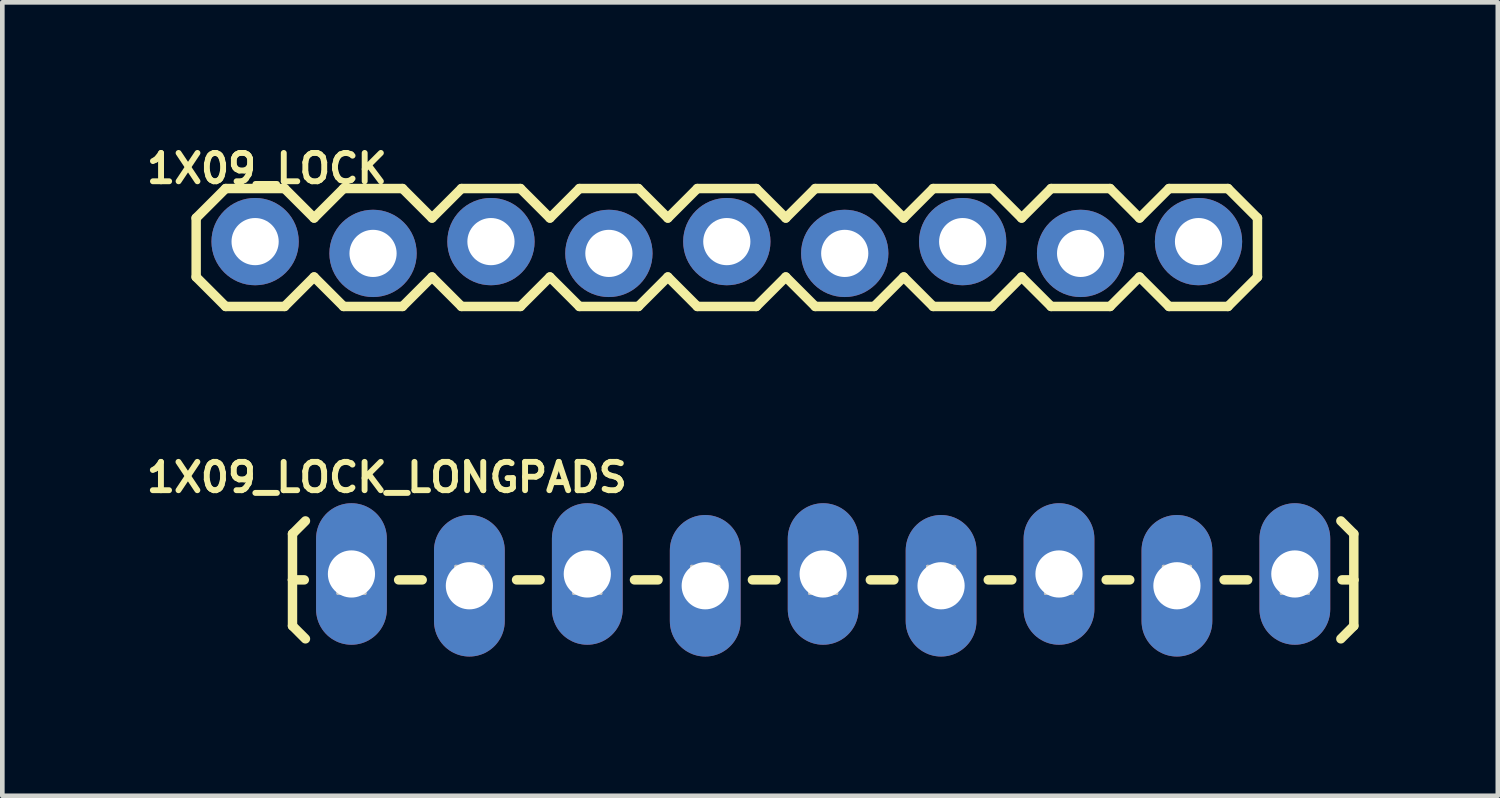
<source format=kicad_pcb>
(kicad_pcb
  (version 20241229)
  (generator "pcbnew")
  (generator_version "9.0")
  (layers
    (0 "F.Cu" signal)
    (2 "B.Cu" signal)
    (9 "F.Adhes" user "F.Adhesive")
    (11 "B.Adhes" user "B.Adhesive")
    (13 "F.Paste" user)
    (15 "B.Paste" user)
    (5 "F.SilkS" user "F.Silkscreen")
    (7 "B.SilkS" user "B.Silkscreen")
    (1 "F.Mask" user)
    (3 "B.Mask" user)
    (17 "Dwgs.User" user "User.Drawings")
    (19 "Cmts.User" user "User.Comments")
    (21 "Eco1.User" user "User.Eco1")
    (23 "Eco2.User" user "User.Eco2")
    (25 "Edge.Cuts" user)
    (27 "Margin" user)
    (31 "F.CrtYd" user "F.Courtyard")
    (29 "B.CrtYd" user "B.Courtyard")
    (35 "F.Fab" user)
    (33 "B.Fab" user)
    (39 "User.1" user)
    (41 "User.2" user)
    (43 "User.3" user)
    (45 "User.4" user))
  (footprint "1X09_LOCK_LONGPADS"
    (layer "F.Cu")
    (at 4.52 9.44)
    (property "Reference" "1X09_LOCK_LONGPADS" (at 0.762 -2.207 0) (layer "F.SilkS") (effects (font (size 0.61 0.61) (thickness 0.127))))
    (attr exclude_from_pos_files exclude_from_bom)
    (fp_line (start -1.27 -0.991) (end -0.991 -1.27) (stroke (width 0.203) (type solid)) (layer "F.SilkS"))
    (fp_line (start -1.27 0) (end -1.27 -0.991) (stroke (width 0.203) (type solid)) (layer "F.SilkS"))
    (fp_line (start -1.27 0) (end -1.27 0.991) (stroke (width 0.203) (type solid)) (layer "F.SilkS"))
    (fp_line (start -1.27 0) (end -1.016 0) (stroke (width 0.203) (type solid)) (layer "F.SilkS"))
    (fp_line (start -1.27 0.991) (end -0.991 1.27) (stroke (width 0.203) (type solid)) (layer "F.SilkS"))
    (fp_line (start 1.524 0) (end 1.016 0) (stroke (width 0.203) (type solid)) (layer "F.SilkS"))
    (fp_line (start 4.064 0) (end 3.556 0) (stroke (width 0.203) (type solid)) (layer "F.SilkS"))
    (fp_line (start 6.604 0) (end 6.096 0) (stroke (width 0.203) (type solid)) (layer "F.SilkS"))
    (fp_line (start 9.144 0) (end 8.636 0) (stroke (width 0.203) (type solid)) (layer "F.SilkS"))
    (fp_line (start 11.684 0) (end 11.176 0) (stroke (width 0.203) (type solid)) (layer "F.SilkS"))
    (fp_line (start 14.224 0) (end 13.716 0) (stroke (width 0.203) (type solid)) (layer "F.SilkS"))
    (fp_line (start 16.764 0) (end 16.256 0) (stroke (width 0.203) (type solid)) (layer "F.SilkS"))
    (fp_line (start 19.304 0) (end 18.796 0) (stroke (width 0.203) (type solid)) (layer "F.SilkS"))
    (fp_line (start 21.59 -0.991) (end 21.311 -1.27) (stroke (width 0.203) (type solid)) (layer "F.SilkS"))
    (fp_line (start 21.59 0) (end 21.336 0) (stroke (width 0.203) (type solid)) (layer "F.SilkS"))
    (fp_line (start 21.59 0) (end 21.59 -0.991) (stroke (width 0.203) (type solid)) (layer "F.SilkS"))
    (fp_line (start 21.59 0) (end 21.59 0.991) (stroke (width 0.203) (type solid)) (layer "F.SilkS"))
    (fp_line (start 21.59 0.991) (end 21.311 1.27) (stroke (width 0.203) (type solid)) (layer "F.SilkS"))
    (fp_line (start -0.292 -0.292) (end 0.292 -0.292) (stroke (width 0.066) (type solid)) (layer "Dwgs.User"))
    (fp_line (start -0.292 0.292) (end -0.292 -0.292) (stroke (width 0.066) (type solid)) (layer "Dwgs.User"))
    (fp_line (start -0.292 0.292) (end 0.292 0.292) (stroke (width 0.066) (type solid)) (layer "Dwgs.User"))
    (fp_line (start 0.292 0.292) (end 0.292 -0.292) (stroke (width 0.066) (type solid)) (layer "Dwgs.User"))
    (fp_line (start 2.248 -0.292) (end 2.832 -0.292) (stroke (width 0.066) (type solid)) (layer "Dwgs.User"))
    (fp_line (start 2.248 0.292) (end 2.248 -0.292) (stroke (width 0.066) (type solid)) (layer "Dwgs.User"))
    (fp_line (start 2.248 0.292) (end 2.832 0.292) (stroke (width 0.066) (type solid)) (layer "Dwgs.User"))
    (fp_line (start 2.832 0.292) (end 2.832 -0.292) (stroke (width 0.066) (type solid)) (layer "Dwgs.User"))
    (fp_line (start 4.788 -0.292) (end 5.372 -0.292) (stroke (width 0.066) (type solid)) (layer "Dwgs.User"))
    (fp_line (start 4.788 0.292) (end 4.788 -0.292) (stroke (width 0.066) (type solid)) (layer "Dwgs.User"))
    (fp_line (start 4.788 0.292) (end 5.372 0.292) (stroke (width 0.066) (type solid)) (layer "Dwgs.User"))
    (fp_line (start 5.372 0.292) (end 5.372 -0.292) (stroke (width 0.066) (type solid)) (layer "Dwgs.User"))
    (fp_line (start 7.328 -0.292) (end 7.912 -0.292) (stroke (width 0.066) (type solid)) (layer "Dwgs.User"))
    (fp_line (start 7.328 0.292) (end 7.328 -0.292) (stroke (width 0.066) (type solid)) (layer "Dwgs.User"))
    (fp_line (start 7.328 0.292) (end 7.912 0.292) (stroke (width 0.066) (type solid)) (layer "Dwgs.User"))
    (fp_line (start 7.912 0.292) (end 7.912 -0.292) (stroke (width 0.066) (type solid)) (layer "Dwgs.User"))
    (fp_line (start 9.868 -0.292) (end 10.452 -0.292) (stroke (width 0.066) (type solid)) (layer "Dwgs.User"))
    (fp_line (start 9.868 0.292) (end 9.868 -0.292) (stroke (width 0.066) (type solid)) (layer "Dwgs.User"))
    (fp_line (start 9.868 0.292) (end 10.452 0.292) (stroke (width 0.066) (type solid)) (layer "Dwgs.User"))
    (fp_line (start 10.452 0.292) (end 10.452 -0.292) (stroke (width 0.066) (type solid)) (layer "Dwgs.User"))
    (fp_line (start 12.408 -0.292) (end 12.992 -0.292) (stroke (width 0.066) (type solid)) (layer "Dwgs.User"))
    (fp_line (start 12.408 0.292) (end 12.408 -0.292) (stroke (width 0.066) (type solid)) (layer "Dwgs.User"))
    (fp_line (start 12.408 0.292) (end 12.992 0.292) (stroke (width 0.066) (type solid)) (layer "Dwgs.User"))
    (fp_line (start 12.992 0.292) (end 12.992 -0.292) (stroke (width 0.066) (type solid)) (layer "Dwgs.User"))
    (fp_line (start 14.948 -0.292) (end 15.532 -0.292) (stroke (width 0.066) (type solid)) (layer "Dwgs.User"))
    (fp_line (start 14.948 0.292) (end 14.948 -0.292) (stroke (width 0.066) (type solid)) (layer "Dwgs.User"))
    (fp_line (start 14.948 0.292) (end 15.532 0.292) (stroke (width 0.066) (type solid)) (layer "Dwgs.User"))
    (fp_line (start 15.532 0.292) (end 15.532 -0.292) (stroke (width 0.066) (type solid)) (layer "Dwgs.User"))
    (fp_line (start 17.488 -0.292) (end 18.072 -0.292) (stroke (width 0.066) (type solid)) (layer "Dwgs.User"))
    (fp_line (start 17.488 0.292) (end 17.488 -0.292) (stroke (width 0.066) (type solid)) (layer "Dwgs.User"))
    (fp_line (start 17.488 0.292) (end 18.072 0.292) (stroke (width 0.066) (type solid)) (layer "Dwgs.User"))
    (fp_line (start 18.072 0.292) (end 18.072 -0.292) (stroke (width 0.066) (type solid)) (layer "Dwgs.User"))
    (fp_line (start 20.028 -0.292) (end 20.612 -0.292) (stroke (width 0.066) (type solid)) (layer "Dwgs.User"))
    (fp_line (start 20.028 0.292) (end 20.028 -0.292) (stroke (width 0.066) (type solid)) (layer "Dwgs.User"))
    (fp_line (start 20.028 0.292) (end 20.612 0.292) (stroke (width 0.066) (type solid)) (layer "Dwgs.User"))
    (fp_line (start 20.612 0.292) (end 20.612 -0.292) (stroke (width 0.066) (type solid)) (layer "Dwgs.User"))
    (pad "1" thru_hole oval (at 0 -0.127 180) (size 1.524 3.048) (drill 1.016) (layers "*.Cu" "*.Paste" "*.Mask"))
    (pad "2" thru_hole oval (at 2.54 0.127 180) (size 1.524 3.048) (drill 1.016) (layers "*.Cu" "*.Paste" "*.Mask"))
    (pad "3" thru_hole oval (at 5.08 -0.127 180) (size 1.524 3.048) (drill 1.016) (layers "*.Cu" "*.Paste" "*.Mask"))
    (pad "4" thru_hole oval (at 7.62 0.127 180) (size 1.524 3.048) (drill 1.016) (layers "*.Cu" "*.Paste" "*.Mask"))
    (pad "5" thru_hole oval (at 10.16 -0.127 180) (size 1.524 3.048) (drill 1.016) (layers "*.Cu" "*.Paste" "*.Mask"))
    (pad "6" thru_hole oval (at 12.7 0.127 180) (size 1.524 3.048) (drill 1.016) (layers "*.Cu" "*.Paste" "*.Mask"))
    (pad "7" thru_hole oval (at 15.24 -0.127 180) (size 1.524 3.048) (drill 1.016) (layers "*.Cu" "*.Paste" "*.Mask"))
    (pad "8" thru_hole oval (at 17.78 0.127 180) (size 1.524 3.048) (drill 1.016) (layers "*.Cu" "*.Paste" "*.Mask"))
    (pad "9" thru_hole oval (at 20.32 -0.127 180) (size 1.524 3.048) (drill 1.016) (layers "*.Cu" "*.Paste" "*.Mask")))
  (footprint "1X09_LOCK"
    (layer "F.Cu")
    (at 2.445 2.281)
    (property "Reference" "1X09_LOCK" (at 0.254 -1.702 0) (layer "F.SilkS") (effects (font (size 0.61 0.61) (thickness 0.127))))
    (attr exclude_from_pos_files exclude_from_bom)
    (fp_line (start -1.27 -0.635) (end -1.27 0.635) (stroke (width 0.203) (type solid)) (layer "F.SilkS"))
    (fp_line (start -1.27 0.635) (end -0.635 1.27) (stroke (width 0.203) (type solid)) (layer "F.SilkS"))
    (fp_line (start -0.635 -1.27) (end -1.27 -0.635) (stroke (width 0.203) (type solid)) (layer "F.SilkS"))
    (fp_line (start -0.635 -1.27) (end 0.635 -1.27) (stroke (width 0.203) (type solid)) (layer "F.SilkS"))
    (fp_line (start 0.635 -1.27) (end 1.27 -0.635) (stroke (width 0.203) (type solid)) (layer "F.SilkS"))
    (fp_line (start 0.635 1.27) (end -0.635 1.27) (stroke (width 0.203) (type solid)) (layer "F.SilkS"))
    (fp_line (start 1.27 -0.635) (end 1.905 -1.27) (stroke (width 0.203) (type solid)) (layer "F.SilkS"))
    (fp_line (start 1.27 0.635) (end 0.635 1.27) (stroke (width 0.203) (type solid)) (layer "F.SilkS"))
    (fp_line (start 1.905 -1.27) (end 3.175 -1.27) (stroke (width 0.203) (type solid)) (layer "F.SilkS"))
    (fp_line (start 1.905 1.27) (end 1.27 0.635) (stroke (width 0.203) (type solid)) (layer "F.SilkS"))
    (fp_line (start 3.175 -1.27) (end 3.81 -0.635) (stroke (width 0.203) (type solid)) (layer "F.SilkS"))
    (fp_line (start 3.175 1.27) (end 1.905 1.27) (stroke (width 0.203) (type solid)) (layer "F.SilkS"))
    (fp_line (start 3.81 -0.635) (end 4.445 -1.27) (stroke (width 0.203) (type solid)) (layer "F.SilkS"))
    (fp_line (start 3.81 0.635) (end 3.175 1.27) (stroke (width 0.203) (type solid)) (layer "F.SilkS"))
    (fp_line (start 4.445 -1.27) (end 5.715 -1.27) (stroke (width 0.203) (type solid)) (layer "F.SilkS"))
    (fp_line (start 4.445 1.27) (end 3.81 0.635) (stroke (width 0.203) (type solid)) (layer "F.SilkS"))
    (fp_line (start 5.715 -1.27) (end 6.35 -0.635) (stroke (width 0.203) (type solid)) (layer "F.SilkS"))
    (fp_line (start 5.715 1.27) (end 4.445 1.27) (stroke (width 0.203) (type solid)) (layer "F.SilkS"))
    (fp_line (start 6.35 0.635) (end 5.715 1.27) (stroke (width 0.203) (type solid)) (layer "F.SilkS"))
    (fp_line (start 6.35 0.635) (end 6.985 1.27) (stroke (width 0.203) (type solid)) (layer "F.SilkS"))
    (fp_line (start 6.985 -1.27) (end 6.35 -0.635) (stroke (width 0.203) (type solid)) (layer "F.SilkS"))
    (fp_line (start 6.985 -1.27) (end 8.255 -1.27) (stroke (width 0.203) (type solid)) (layer "F.SilkS"))
    (fp_line (start 8.255 -1.27) (end 8.89 -0.635) (stroke (width 0.203) (type solid)) (layer "F.SilkS"))
    (fp_line (start 8.255 1.27) (end 6.985 1.27) (stroke (width 0.203) (type solid)) (layer "F.SilkS"))
    (fp_line (start 8.89 -0.635) (end 9.525 -1.27) (stroke (width 0.203) (type solid)) (layer "F.SilkS"))
    (fp_line (start 8.89 0.635) (end 8.255 1.27) (stroke (width 0.203) (type solid)) (layer "F.SilkS"))
    (fp_line (start 9.525 -1.27) (end 10.795 -1.27) (stroke (width 0.203) (type solid)) (layer "F.SilkS"))
    (fp_line (start 9.525 1.27) (end 8.89 0.635) (stroke (width 0.203) (type solid)) (layer "F.SilkS"))
    (fp_line (start 10.795 -1.27) (end 11.43 -0.635) (stroke (width 0.203) (type solid)) (layer "F.SilkS"))
    (fp_line (start 10.795 1.27) (end 9.525 1.27) (stroke (width 0.203) (type solid)) (layer "F.SilkS"))
    (fp_line (start 11.43 -0.635) (end 12.065 -1.27) (stroke (width 0.203) (type solid)) (layer "F.SilkS"))
    (fp_line (start 11.43 0.635) (end 10.795 1.27) (stroke (width 0.203) (type solid)) (layer "F.SilkS"))
    (fp_line (start 12.065 -1.27) (end 13.335 -1.27) (stroke (width 0.203) (type solid)) (layer "F.SilkS"))
    (fp_line (start 12.065 1.27) (end 11.43 0.635) (stroke (width 0.203) (type solid)) (layer "F.SilkS"))
    (fp_line (start 13.335 -1.27) (end 13.97 -0.635) (stroke (width 0.203) (type solid)) (layer "F.SilkS"))
    (fp_line (start 13.335 1.27) (end 12.065 1.27) (stroke (width 0.203) (type solid)) (layer "F.SilkS"))
    (fp_line (start 13.97 0.635) (end 13.335 1.27) (stroke (width 0.203) (type solid)) (layer "F.SilkS"))
    (fp_line (start 13.97 0.635) (end 14.605 1.27) (stroke (width 0.203) (type solid)) (layer "F.SilkS"))
    (fp_line (start 14.605 -1.27) (end 13.97 -0.635) (stroke (width 0.203) (type solid)) (layer "F.SilkS"))
    (fp_line (start 14.605 -1.27) (end 15.875 -1.27) (stroke (width 0.203) (type solid)) (layer "F.SilkS"))
    (fp_line (start 15.875 -1.27) (end 16.51 -0.635) (stroke (width 0.203) (type solid)) (layer "F.SilkS"))
    (fp_line (start 15.875 1.27) (end 14.605 1.27) (stroke (width 0.203) (type solid)) (layer "F.SilkS"))
    (fp_line (start 16.51 0.635) (end 15.875 1.27) (stroke (width 0.203) (type solid)) (layer "F.SilkS"))
    (fp_line (start 16.51 0.635) (end 17.145 1.27) (stroke (width 0.203) (type solid)) (layer "F.SilkS"))
    (fp_line (start 17.145 -1.27) (end 16.51 -0.635) (stroke (width 0.203) (type solid)) (layer "F.SilkS"))
    (fp_line (start 17.145 -1.27) (end 18.415 -1.27) (stroke (width 0.203) (type solid)) (layer "F.SilkS"))
    (fp_line (start 18.415 -1.27) (end 19.05 -0.635) (stroke (width 0.203) (type solid)) (layer "F.SilkS"))
    (fp_line (start 18.415 1.27) (end 17.145 1.27) (stroke (width 0.203) (type solid)) (layer "F.SilkS"))
    (fp_line (start 19.05 0.635) (end 18.415 1.27) (stroke (width 0.203) (type solid)) (layer "F.SilkS"))
    (fp_line (start 19.05 0.635) (end 19.685 1.27) (stroke (width 0.203) (type solid)) (layer "F.SilkS"))
    (fp_line (start 19.685 -1.27) (end 19.05 -0.635) (stroke (width 0.203) (type solid)) (layer "F.SilkS"))
    (fp_line (start 19.685 -1.27) (end 20.955 -1.27) (stroke (width 0.203) (type solid)) (layer "F.SilkS"))
    (fp_line (start 20.955 -1.27) (end 21.59 -0.635) (stroke (width 0.203) (type solid)) (layer "F.SilkS"))
    (fp_line (start 20.955 1.27) (end 19.685 1.27) (stroke (width 0.203) (type solid)) (layer "F.SilkS"))
    (fp_line (start 21.59 -0.635) (end 21.59 0.635) (stroke (width 0.203) (type solid)) (layer "F.SilkS"))
    (fp_line (start 21.59 0.635) (end 20.955 1.27) (stroke (width 0.203) (type solid)) (layer "F.SilkS"))
    (fp_line (start -0.254 -0.254) (end 0.254 -0.254) (stroke (width 0.066) (type solid)) (layer "Dwgs.User"))
    (fp_line (start -0.254 0.254) (end -0.254 -0.254) (stroke (width 0.066) (type solid)) (layer "Dwgs.User"))
    (fp_line (start -0.254 0.254) (end 0.254 0.254) (stroke (width 0.066) (type solid)) (layer "Dwgs.User"))
    (fp_line (start 0.254 0.254) (end 0.254 -0.254) (stroke (width 0.066) (type solid)) (layer "Dwgs.User"))
    (fp_line (start 2.286 -0.254) (end 2.794 -0.254) (stroke (width 0.066) (type solid)) (layer "Dwgs.User"))
    (fp_line (start 2.286 0.254) (end 2.286 -0.254) (stroke (width 0.066) (type solid)) (layer "Dwgs.User"))
    (fp_line (start 2.286 0.254) (end 2.794 0.254) (stroke (width 0.066) (type solid)) (layer "Dwgs.User"))
    (fp_line (start 2.794 0.254) (end 2.794 -0.254) (stroke (width 0.066) (type solid)) (layer "Dwgs.User"))
    (fp_line (start 4.826 -0.254) (end 5.334 -0.254) (stroke (width 0.066) (type solid)) (layer "Dwgs.User"))
    (fp_line (start 4.826 0.254) (end 4.826 -0.254) (stroke (width 0.066) (type solid)) (layer "Dwgs.User"))
    (fp_line (start 4.826 0.254) (end 5.334 0.254) (stroke (width 0.066) (type solid)) (layer "Dwgs.User"))
    (fp_line (start 5.334 0.254) (end 5.334 -0.254) (stroke (width 0.066) (type solid)) (layer "Dwgs.User"))
    (fp_line (start 7.366 -0.254) (end 7.874 -0.254) (stroke (width 0.066) (type solid)) (layer "Dwgs.User"))
    (fp_line (start 7.366 0.254) (end 7.366 -0.254) (stroke (width 0.066) (type solid)) (layer "Dwgs.User"))
    (fp_line (start 7.366 0.254) (end 7.874 0.254) (stroke (width 0.066) (type solid)) (layer "Dwgs.User"))
    (fp_line (start 7.874 0.254) (end 7.874 -0.254) (stroke (width 0.066) (type solid)) (layer "Dwgs.User"))
    (fp_line (start 9.906 -0.254) (end 10.414 -0.254) (stroke (width 0.066) (type solid)) (layer "Dwgs.User"))
    (fp_line (start 9.906 0.254) (end 9.906 -0.254) (stroke (width 0.066) (type solid)) (layer "Dwgs.User"))
    (fp_line (start 9.906 0.254) (end 10.414 0.254) (stroke (width 0.066) (type solid)) (layer "Dwgs.User"))
    (fp_line (start 10.414 0.254) (end 10.414 -0.254) (stroke (width 0.066) (type solid)) (layer "Dwgs.User"))
    (fp_line (start 12.446 -0.254) (end 12.954 -0.254) (stroke (width 0.066) (type solid)) (layer "Dwgs.User"))
    (fp_line (start 12.446 0.254) (end 12.446 -0.254) (stroke (width 0.066) (type solid)) (layer "Dwgs.User"))
    (fp_line (start 12.446 0.254) (end 12.954 0.254) (stroke (width 0.066) (type solid)) (layer "Dwgs.User"))
    (fp_line (start 12.954 0.254) (end 12.954 -0.254) (stroke (width 0.066) (type solid)) (layer "Dwgs.User"))
    (fp_line (start 14.986 -0.254) (end 15.494 -0.254) (stroke (width 0.066) (type solid)) (layer "Dwgs.User"))
    (fp_line (start 14.986 0.254) (end 14.986 -0.254) (stroke (width 0.066) (type solid)) (layer "Dwgs.User"))
    (fp_line (start 14.986 0.254) (end 15.494 0.254) (stroke (width 0.066) (type solid)) (layer "Dwgs.User"))
    (fp_line (start 15.494 0.254) (end 15.494 -0.254) (stroke (width 0.066) (type solid)) (layer "Dwgs.User"))
    (fp_line (start 17.523 -0.254) (end 18.034 -0.254) (stroke (width 0.066) (type solid)) (layer "Dwgs.User"))
    (fp_line (start 17.523 0.254) (end 17.523 -0.254) (stroke (width 0.066) (type solid)) (layer "Dwgs.User"))
    (fp_line (start 17.523 0.254) (end 18.034 0.254) (stroke (width 0.066) (type solid)) (layer "Dwgs.User"))
    (fp_line (start 18.034 0.254) (end 18.034 -0.254) (stroke (width 0.066) (type solid)) (layer "Dwgs.User"))
    (fp_line (start 20.066 -0.254) (end 20.574 -0.254) (stroke (width 0.066) (type solid)) (layer "Dwgs.User"))
    (fp_line (start 20.066 0.254) (end 20.066 -0.254) (stroke (width 0.066) (type solid)) (layer "Dwgs.User"))
    (fp_line (start 20.066 0.254) (end 20.574 0.254) (stroke (width 0.066) (type solid)) (layer "Dwgs.User"))
    (fp_line (start 20.574 0.254) (end 20.574 -0.254) (stroke (width 0.066) (type solid)) (layer "Dwgs.User"))
    (pad "1" thru_hole circle (at 0 -0.127) (size 1.88 1.88) (drill 1.016) (layers "*.Cu" "*.Paste" "*.Mask"))
    (pad "2" thru_hole circle (at 2.54 0.127) (size 1.88 1.88) (drill 1.016) (layers "*.Cu" "*.Paste" "*.Mask"))
    (pad "3" thru_hole circle (at 5.08 -0.127) (size 1.88 1.88) (drill 1.016) (layers "*.Cu" "*.Paste" "*.Mask"))
    (pad "4" thru_hole circle (at 7.62 0.127) (size 1.88 1.88) (drill 1.016) (layers "*.Cu" "*.Paste" "*.Mask"))
    (pad "5" thru_hole circle (at 10.16 -0.127) (size 1.88 1.88) (drill 1.016) (layers "*.Cu" "*.Paste" "*.Mask"))
    (pad "6" thru_hole circle (at 12.7 0.127) (size 1.88 1.88) (drill 1.016) (layers "*.Cu" "*.Paste" "*.Mask"))
    (pad "7" thru_hole circle (at 15.24 -0.127) (size 1.88 1.88) (drill 1.016) (layers "*.Cu" "*.Paste" "*.Mask"))
    (pad "8" thru_hole circle (at 17.78 0.127) (size 1.88 1.88) (drill 1.016) (layers "*.Cu" "*.Paste" "*.Mask"))
    (pad "9" thru_hole circle (at 20.32 -0.127) (size 1.88 1.88) (drill 1.016) (layers "*.Cu" "*.Paste" "*.Mask")))
  (gr_rect
    (start -3 -3)
    (end 29.212 14.091)
    (stroke (width 0.1) (type default))
    (fill no)
    (layer "Edge.Cuts")))
</source>
